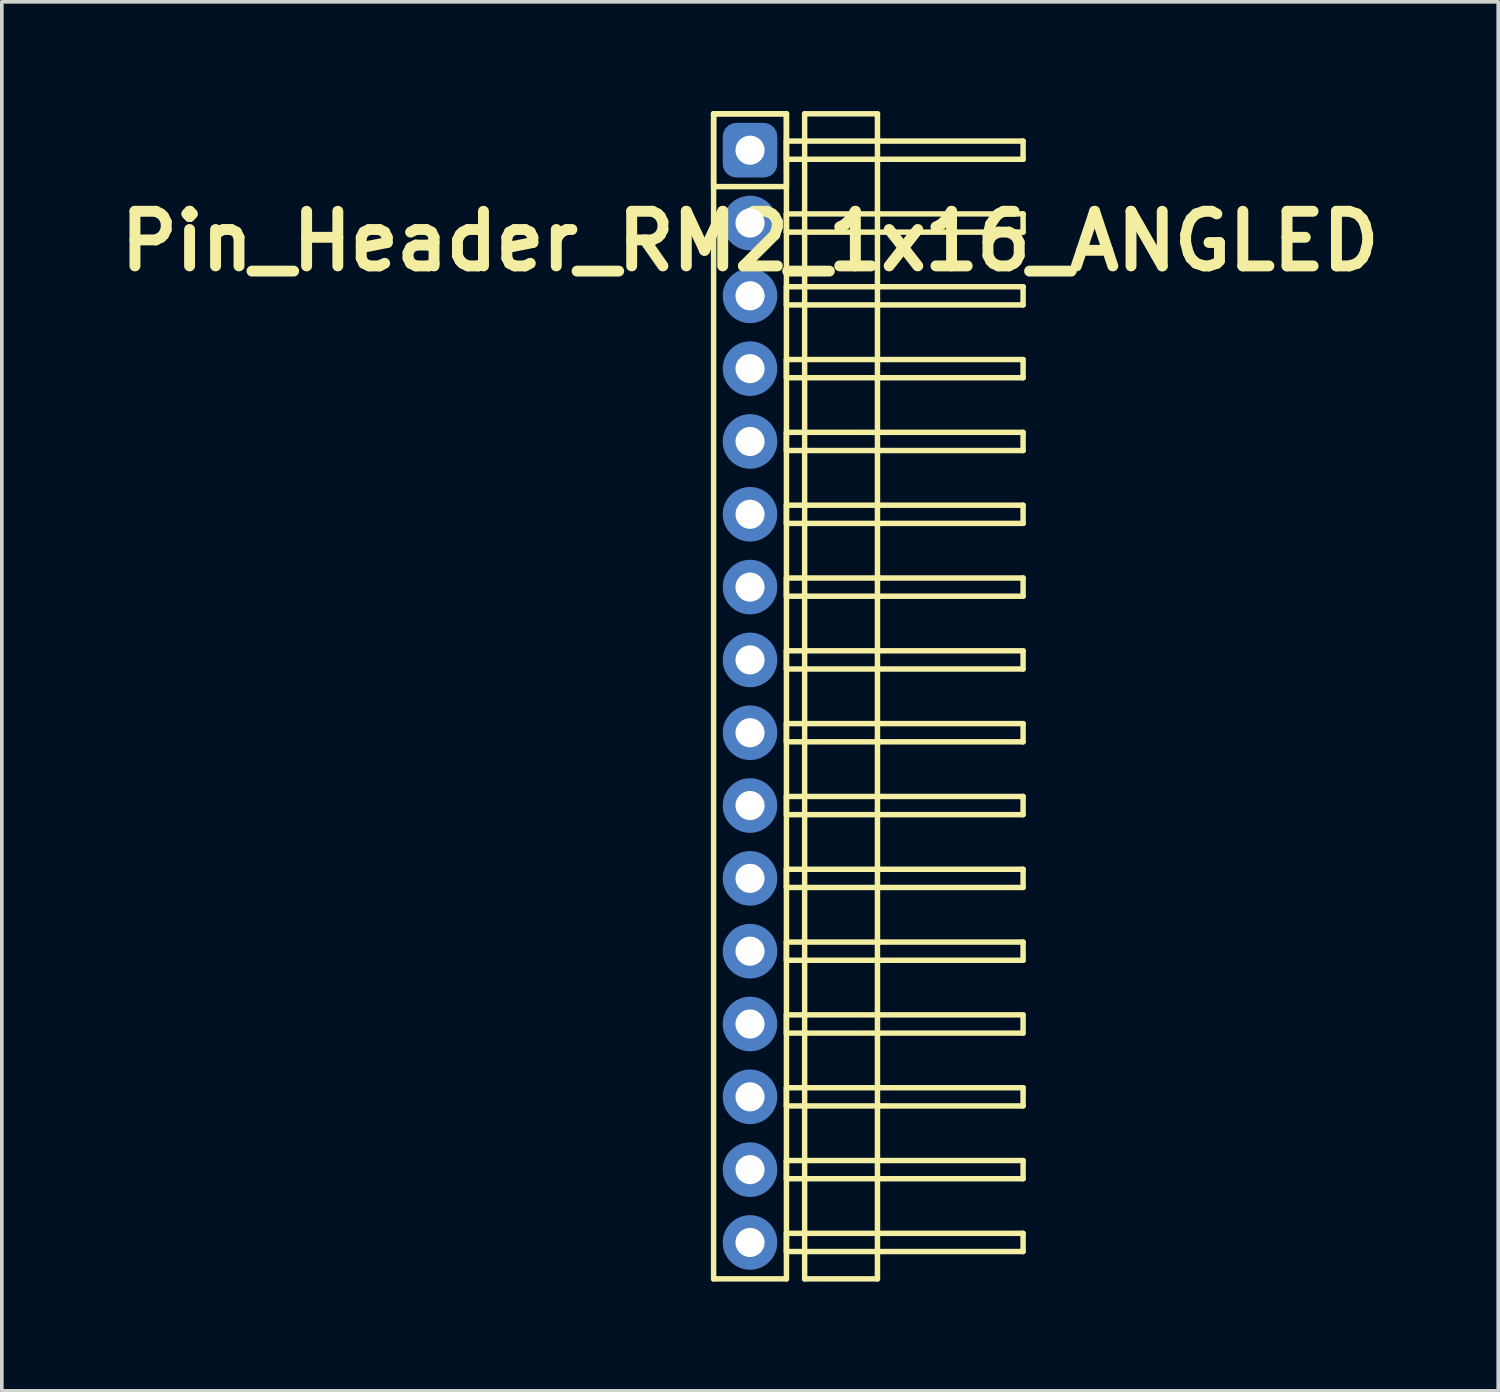
<source format=kicad_pcb>
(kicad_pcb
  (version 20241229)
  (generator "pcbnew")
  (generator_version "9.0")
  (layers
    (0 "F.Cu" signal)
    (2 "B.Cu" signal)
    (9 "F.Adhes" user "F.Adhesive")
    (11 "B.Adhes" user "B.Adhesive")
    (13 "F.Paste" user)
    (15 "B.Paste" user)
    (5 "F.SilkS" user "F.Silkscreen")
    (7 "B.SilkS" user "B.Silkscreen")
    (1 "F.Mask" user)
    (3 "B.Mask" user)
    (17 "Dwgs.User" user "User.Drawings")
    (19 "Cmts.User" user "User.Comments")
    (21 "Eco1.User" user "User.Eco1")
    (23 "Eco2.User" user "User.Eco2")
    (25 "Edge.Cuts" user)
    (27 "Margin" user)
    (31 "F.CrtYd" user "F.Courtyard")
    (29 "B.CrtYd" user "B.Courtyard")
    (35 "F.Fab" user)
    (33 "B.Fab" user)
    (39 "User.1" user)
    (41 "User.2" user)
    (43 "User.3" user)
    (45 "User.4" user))
  (footprint "Pin_Header_RM2_1x16_ANGLED"
    (layer "F.Cu")
    (at 17.55 1.075)
    (property "Reference" "Pin_Header_RM2_1x16_ANGLED" (at 0 2.5 0) (layer "F.SilkS") (effects (font (size 1.5 1.5) (thickness 0.3))))
    (attr through_hole)
    (fp_line (start -1 -1) (end 1 -1) (stroke (width 0.15) (type solid)) (layer "F.SilkS"))
    (fp_line (start -1 -1) (end 1 -1) (stroke (width 0.15) (type solid)) (layer "F.SilkS"))
    (fp_line (start -1 1) (end -1 -1) (stroke (width 0.15) (type solid)) (layer "F.SilkS"))
    (fp_line (start -1 31) (end -1 -1) (stroke (width 0.15) (type solid)) (layer "F.SilkS"))
    (fp_line (start 1 -1) (end 1 1) (stroke (width 0.15) (type solid)) (layer "F.SilkS"))
    (fp_line (start 1 -1) (end 1 31) (stroke (width 0.15) (type solid)) (layer "F.SilkS"))
    (fp_line (start 1 -0.25) (end 7.5 -0.25) (stroke (width 0.15) (type solid)) (layer "F.SilkS"))
    (fp_line (start 1 0.25) (end 1 -0.25) (stroke (width 0.15) (type solid)) (layer "F.SilkS"))
    (fp_line (start 1 1) (end -1 1) (stroke (width 0.15) (type solid)) (layer "F.SilkS"))
    (fp_line (start 1 1.75) (end 7.5 1.75) (stroke (width 0.15) (type solid)) (layer "F.SilkS"))
    (fp_line (start 1 2.25) (end 1 1.75) (stroke (width 0.15) (type solid)) (layer "F.SilkS"))
    (fp_line (start 1 3.75) (end 7.5 3.75) (stroke (width 0.15) (type solid)) (layer "F.SilkS"))
    (fp_line (start 1 4.25) (end 1 3.75) (stroke (width 0.15) (type solid)) (layer "F.SilkS"))
    (fp_line (start 1 5.75) (end 7.5 5.75) (stroke (width 0.15) (type solid)) (layer "F.SilkS"))
    (fp_line (start 1 6.25) (end 1 5.75) (stroke (width 0.15) (type solid)) (layer "F.SilkS"))
    (fp_line (start 1 7.75) (end 7.5 7.75) (stroke (width 0.15) (type solid)) (layer "F.SilkS"))
    (fp_line (start 1 8.25) (end 1 7.75) (stroke (width 0.15) (type solid)) (layer "F.SilkS"))
    (fp_line (start 1 9.75) (end 7.5 9.75) (stroke (width 0.15) (type solid)) (layer "F.SilkS"))
    (fp_line (start 1 10.25) (end 1 9.75) (stroke (width 0.15) (type solid)) (layer "F.SilkS"))
    (fp_line (start 1 11.75) (end 7.5 11.75) (stroke (width 0.15) (type solid)) (layer "F.SilkS"))
    (fp_line (start 1 12.25) (end 1 11.75) (stroke (width 0.15) (type solid)) (layer "F.SilkS"))
    (fp_line (start 1 13.75) (end 7.5 13.75) (stroke (width 0.15) (type solid)) (layer "F.SilkS"))
    (fp_line (start 1 14.25) (end 1 13.75) (stroke (width 0.15) (type solid)) (layer "F.SilkS"))
    (fp_line (start 1 15.75) (end 7.5 15.75) (stroke (width 0.15) (type solid)) (layer "F.SilkS"))
    (fp_line (start 1 16.25) (end 1 15.75) (stroke (width 0.15) (type solid)) (layer "F.SilkS"))
    (fp_line (start 1 17.75) (end 7.5 17.75) (stroke (width 0.15) (type solid)) (layer "F.SilkS"))
    (fp_line (start 1 18.25) (end 1 17.75) (stroke (width 0.15) (type solid)) (layer "F.SilkS"))
    (fp_line (start 1 19.75) (end 7.5 19.75) (stroke (width 0.15) (type solid)) (layer "F.SilkS"))
    (fp_line (start 1 20.25) (end 1 19.75) (stroke (width 0.15) (type solid)) (layer "F.SilkS"))
    (fp_line (start 1 21.75) (end 7.5 21.75) (stroke (width 0.15) (type solid)) (layer "F.SilkS"))
    (fp_line (start 1 22.25) (end 1 21.75) (stroke (width 0.15) (type solid)) (layer "F.SilkS"))
    (fp_line (start 1 23.75) (end 7.5 23.75) (stroke (width 0.15) (type solid)) (layer "F.SilkS"))
    (fp_line (start 1 24.25) (end 1 23.75) (stroke (width 0.15) (type solid)) (layer "F.SilkS"))
    (fp_line (start 1 25.75) (end 7.5 25.75) (stroke (width 0.15) (type solid)) (layer "F.SilkS"))
    (fp_line (start 1 26.25) (end 1 25.75) (stroke (width 0.15) (type solid)) (layer "F.SilkS"))
    (fp_line (start 1 27.75) (end 7.5 27.75) (stroke (width 0.15) (type solid)) (layer "F.SilkS"))
    (fp_line (start 1 28.25) (end 1 27.75) (stroke (width 0.15) (type solid)) (layer "F.SilkS"))
    (fp_line (start 1 29.75) (end 7.5 29.75) (stroke (width 0.15) (type solid)) (layer "F.SilkS"))
    (fp_line (start 1 30.25) (end 1 29.75) (stroke (width 0.15) (type solid)) (layer "F.SilkS"))
    (fp_line (start 1 31) (end -1 31) (stroke (width 0.15) (type solid)) (layer "F.SilkS"))
    (fp_line (start 1.5 -1) (end 3.5 -1) (stroke (width 0.15) (type solid)) (layer "F.SilkS"))
    (fp_line (start 1.5 31) (end 1.5 -1) (stroke (width 0.15) (type solid)) (layer "F.SilkS"))
    (fp_line (start 3.5 -1) (end 3.5 31) (stroke (width 0.15) (type solid)) (layer "F.SilkS"))
    (fp_line (start 3.5 31) (end 1.5 31) (stroke (width 0.15) (type solid)) (layer "F.SilkS"))
    (fp_line (start 7.5 -0.25) (end 7.5 0.25) (stroke (width 0.15) (type solid)) (layer "F.SilkS"))
    (fp_line (start 7.5 0.25) (end 1 0.25) (stroke (width 0.15) (type solid)) (layer "F.SilkS"))
    (fp_line (start 7.5 1.75) (end 7.5 2.25) (stroke (width 0.15) (type solid)) (layer "F.SilkS"))
    (fp_line (start 7.5 2.25) (end 1 2.25) (stroke (width 0.15) (type solid)) (layer "F.SilkS"))
    (fp_line (start 7.5 3.75) (end 7.5 4.25) (stroke (width 0.15) (type solid)) (layer "F.SilkS"))
    (fp_line (start 7.5 4.25) (end 1 4.25) (stroke (width 0.15) (type solid)) (layer "F.SilkS"))
    (fp_line (start 7.5 5.75) (end 7.5 6.25) (stroke (width 0.15) (type solid)) (layer "F.SilkS"))
    (fp_line (start 7.5 6.25) (end 1 6.25) (stroke (width 0.15) (type solid)) (layer "F.SilkS"))
    (fp_line (start 7.5 7.75) (end 7.5 8.25) (stroke (width 0.15) (type solid)) (layer "F.SilkS"))
    (fp_line (start 7.5 8.25) (end 1 8.25) (stroke (width 0.15) (type solid)) (layer "F.SilkS"))
    (fp_line (start 7.5 9.75) (end 7.5 10.25) (stroke (width 0.15) (type solid)) (layer "F.SilkS"))
    (fp_line (start 7.5 10.25) (end 1 10.25) (stroke (width 0.15) (type solid)) (layer "F.SilkS"))
    (fp_line (start 7.5 11.75) (end 7.5 12.25) (stroke (width 0.15) (type solid)) (layer "F.SilkS"))
    (fp_line (start 7.5 12.25) (end 1 12.25) (stroke (width 0.15) (type solid)) (layer "F.SilkS"))
    (fp_line (start 7.5 13.75) (end 7.5 14.25) (stroke (width 0.15) (type solid)) (layer "F.SilkS"))
    (fp_line (start 7.5 14.25) (end 1 14.25) (stroke (width 0.15) (type solid)) (layer "F.SilkS"))
    (fp_line (start 7.5 15.75) (end 7.5 16.25) (stroke (width 0.15) (type solid)) (layer "F.SilkS"))
    (fp_line (start 7.5 16.25) (end 1 16.25) (stroke (width 0.15) (type solid)) (layer "F.SilkS"))
    (fp_line (start 7.5 17.75) (end 7.5 18.25) (stroke (width 0.15) (type solid)) (layer "F.SilkS"))
    (fp_line (start 7.5 18.25) (end 1 18.25) (stroke (width 0.15) (type solid)) (layer "F.SilkS"))
    (fp_line (start 7.5 19.75) (end 7.5 20.25) (stroke (width 0.15) (type solid)) (layer "F.SilkS"))
    (fp_line (start 7.5 20.25) (end 1 20.25) (stroke (width 0.15) (type solid)) (layer "F.SilkS"))
    (fp_line (start 7.5 21.75) (end 7.5 22.25) (stroke (width 0.15) (type solid)) (layer "F.SilkS"))
    (fp_line (start 7.5 22.25) (end 1 22.25) (stroke (width 0.15) (type solid)) (layer "F.SilkS"))
    (fp_line (start 7.5 23.75) (end 7.5 24.25) (stroke (width 0.15) (type solid)) (layer "F.SilkS"))
    (fp_line (start 7.5 24.25) (end 1 24.25) (stroke (width 0.15) (type solid)) (layer "F.SilkS"))
    (fp_line (start 7.5 25.75) (end 7.5 26.25) (stroke (width 0.15) (type solid)) (layer "F.SilkS"))
    (fp_line (start 7.5 26.25) (end 1 26.25) (stroke (width 0.15) (type solid)) (layer "F.SilkS"))
    (fp_line (start 7.5 27.75) (end 7.5 28.25) (stroke (width 0.15) (type solid)) (layer "F.SilkS"))
    (fp_line (start 7.5 28.25) (end 1 28.25) (stroke (width 0.15) (type solid)) (layer "F.SilkS"))
    (fp_line (start 7.5 29.75) (end 7.5 30.25) (stroke (width 0.15) (type solid)) (layer "F.SilkS"))
    (fp_line (start 7.5 30.25) (end 1 30.25) (stroke (width 0.15) (type solid)) (layer "F.SilkS"))
    (pad "1" thru_hole circle (at 0 0) (size 1.1 1.1) (drill 0.8) (layers "*.Cu" "*.Mask"))
    (pad "1" smd roundrect (at 0 0) (size 1.25 1.25) (layers "F.Cu" "F.Mask") (roundrect_rratio 0.25))
    (pad "1" smd roundrect (at 0 0) (size 1.5 1.5) (layers "B.Cu" "B.Mask") (roundrect_rratio 0.25))
    (pad "2" thru_hole circle (at 0 2) (size 1.1 1.1) (drill 0.8) (layers "*.Cu" "*.Mask"))
    (pad "2" smd circle (at 0 2) (size 1.25 1.25) (layers "F.Cu" "F.Mask"))
    (pad "2" smd circle (at 0 2) (size 1.5 1.5) (layers "B.Cu" "B.Mask"))
    (pad "3" thru_hole circle (at 0 4) (size 1.1 1.1) (drill 0.8) (layers "*.Cu" "*.Mask"))
    (pad "3" smd circle (at 0 4) (size 1.25 1.25) (layers "F.Cu" "F.Mask"))
    (pad "3" smd circle (at 0 4) (size 1.5 1.5) (layers "B.Cu" "B.Mask"))
    (pad "4" thru_hole circle (at 0 6) (size 1.1 1.1) (drill 0.8) (layers "*.Cu" "*.Mask"))
    (pad "4" smd circle (at 0 6) (size 1.25 1.25) (layers "F.Cu" "F.Mask"))
    (pad "4" smd circle (at 0 6) (size 1.5 1.5) (layers "B.Cu" "B.Mask"))
    (pad "5" thru_hole circle (at 0 8) (size 1.1 1.1) (drill 0.8) (layers "*.Cu" "*.Mask"))
    (pad "5" smd circle (at 0 8) (size 1.25 1.25) (layers "F.Cu" "F.Mask"))
    (pad "5" smd circle (at 0 8) (size 1.5 1.5) (layers "B.Cu" "B.Mask"))
    (pad "6" thru_hole circle (at 0 10) (size 1.1 1.1) (drill 0.8) (layers "*.Cu" "*.Mask"))
    (pad "6" smd circle (at 0 10) (size 1.25 1.25) (layers "F.Cu" "F.Mask"))
    (pad "6" smd circle (at 0 10) (size 1.5 1.5) (layers "B.Cu" "B.Mask"))
    (pad "7" thru_hole circle (at 0 12) (size 1.1 1.1) (drill 0.8) (layers "*.Cu" "*.Mask"))
    (pad "7" smd circle (at 0 12) (size 1.25 1.25) (layers "F.Cu" "F.Mask"))
    (pad "7" smd circle (at 0 12) (size 1.5 1.5) (layers "B.Cu" "B.Mask"))
    (pad "8" thru_hole circle (at 0 14) (size 1.1 1.1) (drill 0.8) (layers "*.Cu" "*.Mask"))
    (pad "8" smd circle (at 0 14) (size 1.25 1.25) (layers "F.Cu" "F.Mask"))
    (pad "8" smd circle (at 0 14) (size 1.5 1.5) (layers "B.Cu" "B.Mask"))
    (pad "9" thru_hole circle (at 0 16) (size 1.1 1.1) (drill 0.8) (layers "*.Cu" "*.Mask"))
    (pad "9" smd circle (at 0 16) (size 1.25 1.25) (layers "F.Cu" "F.Mask"))
    (pad "9" smd circle (at 0 16) (size 1.5 1.5) (layers "B.Cu" "B.Mask"))
    (pad "10" thru_hole circle (at 0 18) (size 1.1 1.1) (drill 0.8) (layers "*.Cu" "*.Mask"))
    (pad "10" smd circle (at 0 18) (size 1.25 1.25) (layers "F.Cu" "F.Mask"))
    (pad "10" smd circle (at 0 18) (size 1.5 1.5) (layers "B.Cu" "B.Mask"))
    (pad "11" thru_hole circle (at 0 20) (size 1.1 1.1) (drill 0.8) (layers "*.Cu" "*.Mask"))
    (pad "11" smd circle (at 0 20) (size 1.25 1.25) (layers "F.Cu" "F.Mask"))
    (pad "11" smd circle (at 0 20) (size 1.5 1.5) (layers "B.Cu" "B.Mask"))
    (pad "12" thru_hole circle (at 0 22) (size 1.1 1.1) (drill 0.8) (layers "*.Cu" "*.Mask"))
    (pad "12" smd circle (at 0 22) (size 1.25 1.25) (layers "F.Cu" "F.Mask"))
    (pad "12" smd circle (at 0 22) (size 1.5 1.5) (layers "B.Cu" "B.Mask"))
    (pad "13" thru_hole circle (at 0 24) (size 1.1 1.1) (drill 0.8) (layers "*.Cu" "*.Mask"))
    (pad "13" smd circle (at 0 24) (size 1.25 1.25) (layers "F.Cu" "F.Mask"))
    (pad "13" smd circle (at 0 24) (size 1.5 1.5) (layers "B.Cu" "B.Mask"))
    (pad "14" thru_hole circle (at 0 26) (size 1.1 1.1) (drill 0.8) (layers "*.Cu" "*.Mask"))
    (pad "14" smd circle (at 0 26) (size 1.25 1.25) (layers "F.Cu" "F.Mask"))
    (pad "14" smd circle (at 0 26) (size 1.5 1.5) (layers "B.Cu" "B.Mask"))
    (pad "15" thru_hole circle (at 0 28) (size 1.1 1.1) (drill 0.8) (layers "*.Cu" "*.Mask"))
    (pad "15" smd circle (at 0 28) (size 1.25 1.25) (layers "F.Cu" "F.Mask"))
    (pad "15" smd circle (at 0 28) (size 1.5 1.5) (layers "B.Cu" "B.Mask"))
    (pad "16" thru_hole circle (at 0 30) (size 1.1 1.1) (drill 0.8) (layers "*.Cu" "*.Mask"))
    (pad "16" smd circle (at 0 30) (size 1.25 1.25) (layers "F.Cu" "F.Mask"))
    (pad "16" smd circle (at 0 30) (size 1.5 1.5) (layers "B.Cu" "B.Mask")))
  (gr_rect
    (start -3 -3)
    (end 38.1 35.15)
    (stroke (width 0.1) (type default))
    (fill no)
    (layer "Edge.Cuts")))
</source>
